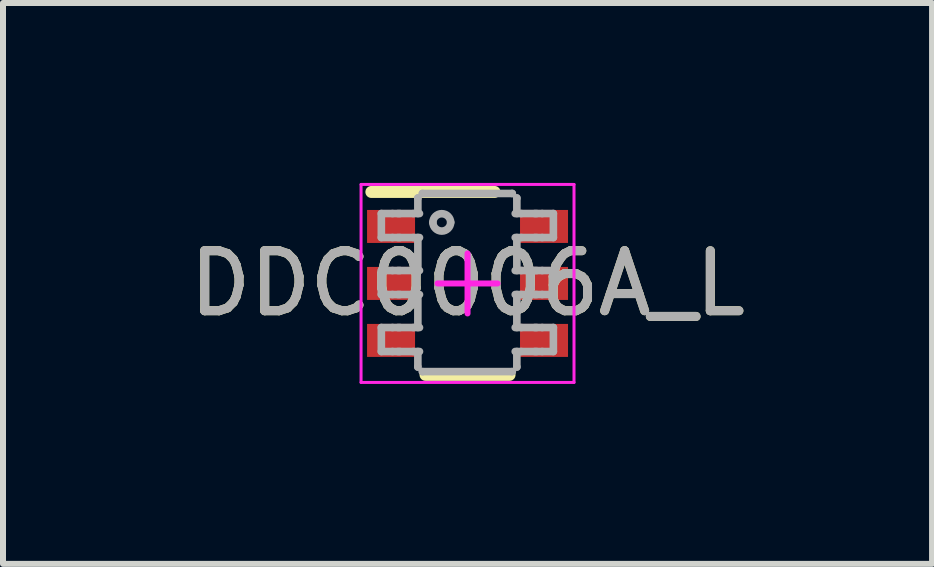
<source format=kicad_pcb>
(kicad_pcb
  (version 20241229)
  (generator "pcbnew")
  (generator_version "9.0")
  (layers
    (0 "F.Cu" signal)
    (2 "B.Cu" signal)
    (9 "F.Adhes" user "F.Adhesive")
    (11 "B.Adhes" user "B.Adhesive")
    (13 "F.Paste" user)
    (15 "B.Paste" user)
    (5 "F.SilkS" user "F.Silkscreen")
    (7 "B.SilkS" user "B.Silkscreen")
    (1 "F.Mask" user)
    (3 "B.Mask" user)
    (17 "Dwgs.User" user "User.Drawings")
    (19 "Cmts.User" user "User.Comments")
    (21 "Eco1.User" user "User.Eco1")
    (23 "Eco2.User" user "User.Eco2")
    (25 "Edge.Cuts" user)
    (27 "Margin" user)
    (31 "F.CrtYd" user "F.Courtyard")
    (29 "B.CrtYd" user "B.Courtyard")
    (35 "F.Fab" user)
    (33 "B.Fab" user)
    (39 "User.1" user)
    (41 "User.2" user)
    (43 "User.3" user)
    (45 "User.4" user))
  (footprint "DDC0006A_L"
    (layer "F.Cu")
    (at 4.744 1.675)
    (property "Reference" "DDC0006A_L" (at 0 0 0) (unlocked yes) (layer "F.SilkS") (effects (font (size 1 1) (thickness 0.15))))
    (attr smd)
    (fp_line (start -1.603 -1.525) (end 0.45 -1.525) (stroke (width 0.2) (type solid)) (layer "F.SilkS"))
    (fp_line (start -0.7 1.524) (end 0.7 1.524) (stroke (width 0.2) (type solid)) (layer "F.SilkS"))
    (fp_line (start -1.775 -1.65) (end 1.775 -1.65) (stroke (width 0.05) (type solid)) (layer "F.CrtYd"))
    (fp_line (start -1.775 1.65) (end -1.775 -1.65) (stroke (width 0.05) (type solid)) (layer "F.CrtYd"))
    (fp_line (start -1.775 1.65) (end 1.775 1.65) (stroke (width 0.05) (type solid)) (layer "F.CrtYd"))
    (fp_line (start -0.5 0) (end 0.5 0) (stroke (width 0.1) (type solid)) (layer "F.CrtYd"))
    (fp_line (start 0 0.5) (end 0 -0.5) (stroke (width 0.1) (type solid)) (layer "F.CrtYd"))
    (fp_line (start 1.775 1.65) (end 1.775 -1.65) (stroke (width 0.05) (type solid)) (layer "F.CrtYd"))
    (fp_line (start -1.437 -1.165) (end -1.251 -1.165) (stroke (width 0.127) (type solid)) (layer "F.Fab"))
    (fp_line (start -1.437 -0.765) (end -1.437 -1.165) (stroke (width 0.127) (type solid)) (layer "F.Fab"))
    (fp_line (start -1.437 -0.765) (end -1.251 -0.765) (stroke (width 0.127) (type solid)) (layer "F.Fab"))
    (fp_line (start -1.437 -0.215) (end -1.251 -0.215) (stroke (width 0.127) (type solid)) (layer "F.Fab"))
    (fp_line (start -1.437 0.185) (end -1.437 -0.215) (stroke (width 0.127) (type solid)) (layer "F.Fab"))
    (fp_line (start -1.437 0.185) (end -1.251 0.185) (stroke (width 0.127) (type solid)) (layer "F.Fab"))
    (fp_line (start -1.437 0.735) (end -1.251 0.735) (stroke (width 0.127) (type solid)) (layer "F.Fab"))
    (fp_line (start -1.437 1.135) (end -1.437 0.735) (stroke (width 0.127) (type solid)) (layer "F.Fab"))
    (fp_line (start -1.437 1.135) (end -1.251 1.135) (stroke (width 0.127) (type solid)) (layer "F.Fab"))
    (fp_line (start -1.251 -1.165) (end -1.159 -1.165) (stroke (width 0.127) (type solid)) (layer "F.Fab"))
    (fp_line (start -1.251 -0.765) (end -1.159 -0.765) (stroke (width 0.127) (type solid)) (layer "F.Fab"))
    (fp_line (start -1.251 -0.215) (end -1.159 -0.215) (stroke (width 0.127) (type solid)) (layer "F.Fab"))
    (fp_line (start -1.251 0.185) (end -1.159 0.185) (stroke (width 0.127) (type solid)) (layer "F.Fab"))
    (fp_line (start -1.251 0.735) (end -1.159 0.735) (stroke (width 0.127) (type solid)) (layer "F.Fab"))
    (fp_line (start -1.251 1.135) (end -1.159 1.135) (stroke (width 0.127) (type solid)) (layer "F.Fab"))
    (fp_line (start -1.159 -1.165) (end -1.128 -1.165) (stroke (width 0.127) (type solid)) (layer "F.Fab"))
    (fp_line (start -1.159 -0.765) (end -1.128 -0.765) (stroke (width 0.127) (type solid)) (layer "F.Fab"))
    (fp_line (start -1.159 -0.215) (end -1.128 -0.215) (stroke (width 0.127) (type solid)) (layer "F.Fab"))
    (fp_line (start -1.159 0.185) (end -1.128 0.185) (stroke (width 0.127) (type solid)) (layer "F.Fab"))
    (fp_line (start -1.159 0.735) (end -1.128 0.735) (stroke (width 0.127) (type solid)) (layer "F.Fab"))
    (fp_line (start -1.159 1.135) (end -1.128 1.135) (stroke (width 0.127) (type solid)) (layer "F.Fab"))
    (fp_line (start -1.128 -1.165) (end -0.903 -1.165) (stroke (width 0.127) (type solid)) (layer "F.Fab"))
    (fp_line (start -1.128 -0.765) (end -0.903 -0.765) (stroke (width 0.127) (type solid)) (layer "F.Fab"))
    (fp_line (start -1.128 -0.215) (end -0.903 -0.215) (stroke (width 0.127) (type solid)) (layer "F.Fab"))
    (fp_line (start -1.128 0.185) (end -0.903 0.185) (stroke (width 0.127) (type solid)) (layer "F.Fab"))
    (fp_line (start -1.128 0.735) (end -0.903 0.735) (stroke (width 0.127) (type solid)) (layer "F.Fab"))
    (fp_line (start -1.128 1.135) (end -0.903 1.135) (stroke (width 0.127) (type solid)) (layer "F.Fab"))
    (fp_line (start -0.903 -1.165) (end -0.801 -1.165) (stroke (width 0.127) (type solid)) (layer "F.Fab"))
    (fp_line (start -0.903 -0.765) (end -0.801 -0.765) (stroke (width 0.127) (type solid)) (layer "F.Fab"))
    (fp_line (start -0.903 -0.215) (end -0.801 -0.215) (stroke (width 0.127) (type solid)) (layer "F.Fab"))
    (fp_line (start -0.903 0.185) (end -0.801 0.185) (stroke (width 0.127) (type solid)) (layer "F.Fab"))
    (fp_line (start -0.903 0.735) (end -0.801 0.735) (stroke (width 0.127) (type solid)) (layer "F.Fab"))
    (fp_line (start -0.903 1.135) (end -0.801 1.135) (stroke (width 0.127) (type solid)) (layer "F.Fab"))
    (fp_line (start -0.828 -1.422) (end -0.828 -1.426) (stroke (width 0.127) (type solid)) (layer "F.Fab"))
    (fp_line (start -0.828 -1.165) (end -0.828 -1.422) (stroke (width 0.127) (type solid)) (layer "F.Fab"))
    (fp_line (start -0.828 -0.215) (end -0.828 -0.765) (stroke (width 0.127) (type solid)) (layer "F.Fab"))
    (fp_line (start -0.828 0.735) (end -0.828 0.185) (stroke (width 0.127) (type solid)) (layer "F.Fab"))
    (fp_line (start -0.828 1.392) (end -0.828 1.135) (stroke (width 0.127) (type solid)) (layer "F.Fab"))
    (fp_line (start -0.828 1.395) (end -0.828 1.392) (stroke (width 0.127) (type solid)) (layer "F.Fab"))
    (fp_line (start -0.754 -1.5) (end -0.75 -1.5) (stroke (width 0.127) (type solid)) (layer "F.Fab"))
    (fp_line (start -0.754 1.47) (end -0.75 1.47) (stroke (width 0.127) (type solid)) (layer "F.Fab"))
    (fp_line (start -0.75 -1.5) (end 0.743 -1.5) (stroke (width 0.127) (type solid)) (layer "F.Fab"))
    (fp_line (start -0.75 1.47) (end 0.743 1.47) (stroke (width 0.127) (type solid)) (layer "F.Fab"))
    (fp_line (start 0.743 -1.5) (end 0.747 -1.5) (stroke (width 0.127) (type solid)) (layer "F.Fab"))
    (fp_line (start 0.743 1.47) (end 0.747 1.47) (stroke (width 0.127) (type solid)) (layer "F.Fab"))
    (fp_line (start 0.795 -1.165) (end 0.896 -1.165) (stroke (width 0.127) (type solid)) (layer "F.Fab"))
    (fp_line (start 0.795 -0.765) (end 0.896 -0.765) (stroke (width 0.127) (type solid)) (layer "F.Fab"))
    (fp_line (start 0.795 -0.215) (end 0.896 -0.215) (stroke (width 0.127) (type solid)) (layer "F.Fab"))
    (fp_line (start 0.795 0.185) (end 0.896 0.185) (stroke (width 0.127) (type solid)) (layer "F.Fab"))
    (fp_line (start 0.795 0.735) (end 0.896 0.735) (stroke (width 0.127) (type solid)) (layer "F.Fab"))
    (fp_line (start 0.795 1.135) (end 0.896 1.135) (stroke (width 0.127) (type solid)) (layer "F.Fab"))
    (fp_line (start 0.822 -1.422) (end 0.822 -1.426) (stroke (width 0.127) (type solid)) (layer "F.Fab"))
    (fp_line (start 0.822 -1.165) (end 0.822 -1.422) (stroke (width 0.127) (type solid)) (layer "F.Fab"))
    (fp_line (start 0.822 -0.215) (end 0.822 -0.765) (stroke (width 0.127) (type solid)) (layer "F.Fab"))
    (fp_line (start 0.822 0.735) (end 0.822 0.185) (stroke (width 0.127) (type solid)) (layer "F.Fab"))
    (fp_line (start 0.822 1.392) (end 0.822 1.135) (stroke (width 0.127) (type solid)) (layer "F.Fab"))
    (fp_line (start 0.822 1.395) (end 0.822 1.392) (stroke (width 0.127) (type solid)) (layer "F.Fab"))
    (fp_line (start 0.896 -1.165) (end 1.122 -1.165) (stroke (width 0.127) (type solid)) (layer "F.Fab"))
    (fp_line (start 0.896 -0.765) (end 1.122 -0.765) (stroke (width 0.127) (type solid)) (layer "F.Fab"))
    (fp_line (start 0.896 -0.215) (end 1.122 -0.215) (stroke (width 0.127) (type solid)) (layer "F.Fab"))
    (fp_line (start 0.896 0.185) (end 1.122 0.185) (stroke (width 0.127) (type solid)) (layer "F.Fab"))
    (fp_line (start 0.896 0.735) (end 1.122 0.735) (stroke (width 0.127) (type solid)) (layer "F.Fab"))
    (fp_line (start 0.896 1.135) (end 1.122 1.135) (stroke (width 0.127) (type solid)) (layer "F.Fab"))
    (fp_line (start 1.122 -1.165) (end 1.152 -1.165) (stroke (width 0.127) (type solid)) (layer "F.Fab"))
    (fp_line (start 1.122 -0.765) (end 1.152 -0.765) (stroke (width 0.127) (type solid)) (layer "F.Fab"))
    (fp_line (start 1.122 -0.215) (end 1.152 -0.215) (stroke (width 0.127) (type solid)) (layer "F.Fab"))
    (fp_line (start 1.122 0.185) (end 1.152 0.185) (stroke (width 0.127) (type solid)) (layer "F.Fab"))
    (fp_line (start 1.122 0.735) (end 1.152 0.735) (stroke (width 0.127) (type solid)) (layer "F.Fab"))
    (fp_line (start 1.122 1.135) (end 1.152 1.135) (stroke (width 0.127) (type solid)) (layer "F.Fab"))
    (fp_line (start 1.152 -1.165) (end 1.245 -1.165) (stroke (width 0.127) (type solid)) (layer "F.Fab"))
    (fp_line (start 1.152 -0.765) (end 1.245 -0.765) (stroke (width 0.127) (type solid)) (layer "F.Fab"))
    (fp_line (start 1.152 -0.215) (end 1.245 -0.215) (stroke (width 0.127) (type solid)) (layer "F.Fab"))
    (fp_line (start 1.152 0.185) (end 1.245 0.185) (stroke (width 0.127) (type solid)) (layer "F.Fab"))
    (fp_line (start 1.152 0.735) (end 1.245 0.735) (stroke (width 0.127) (type solid)) (layer "F.Fab"))
    (fp_line (start 1.152 1.135) (end 1.245 1.135) (stroke (width 0.127) (type solid)) (layer "F.Fab"))
    (fp_line (start 1.245 -1.165) (end 1.431 -1.165) (stroke (width 0.127) (type solid)) (layer "F.Fab"))
    (fp_line (start 1.245 -0.765) (end 1.431 -0.765) (stroke (width 0.127) (type solid)) (layer "F.Fab"))
    (fp_line (start 1.245 -0.215) (end 1.431 -0.215) (stroke (width 0.127) (type solid)) (layer "F.Fab"))
    (fp_line (start 1.245 0.185) (end 1.431 0.185) (stroke (width 0.127) (type solid)) (layer "F.Fab"))
    (fp_line (start 1.245 0.735) (end 1.431 0.735) (stroke (width 0.127) (type solid)) (layer "F.Fab"))
    (fp_line (start 1.245 1.135) (end 1.431 1.135) (stroke (width 0.127) (type solid)) (layer "F.Fab"))
    (fp_line (start 1.431 -0.765) (end 1.431 -1.165) (stroke (width 0.127) (type solid)) (layer "F.Fab"))
    (fp_line (start 1.431 0.185) (end 1.431 -0.215) (stroke (width 0.127) (type solid)) (layer "F.Fab"))
    (fp_line (start 1.431 1.135) (end 1.431 0.735) (stroke (width 0.127) (type solid)) (layer "F.Fab"))
    (fp_arc (start -0.578322 -1.017679) (mid -0.429542 -1.166459) (end -0.280761 -1.017679) (stroke (width 0.127) (type solid)) (layer "F.Fab"))
    (fp_arc (start -0.280761 -1.017679) (mid -0.429542 -0.868898) (end -0.578322 -1.017679) (stroke (width 0.127) (type solid)) (layer "F.Fab"))
    (fp_text user "${REFERENCE}" (at 0 0 0) (unlocked yes) (layer "F.Fab") (effects (font (size 1 1) (thickness 0.15))))
    (pad "1" smd rect (at -1.275 -0.95 90) (size 0.55 0.8) (layers "F.Cu" "F.Mask" "F.Paste"))
    (pad "2" smd rect (at -1.275 0 90) (size 0.55 0.8) (layers "F.Cu" "F.Mask" "F.Paste"))
    (pad "3" smd rect (at -1.275 0.95 90) (size 0.55 0.8) (layers "F.Cu" "F.Mask" "F.Paste"))
    (pad "4" smd rect (at 1.275 0.95 90) (size 0.55 0.8) (layers "F.Cu" "F.Mask" "F.Paste"))
    (pad "5" smd rect (at 1.275 0 90) (size 0.55 0.8) (layers "F.Cu" "F.Mask" "F.Paste"))
    (pad "6" smd rect (at 1.275 -0.95 90) (size 0.55 0.8) (layers "F.Cu" "F.Mask" "F.Paste")))
  (gr_rect
    (start -3 -3)
    (end 12.488 6.35)
    (stroke (width 0.1) (type default))
    (fill no)
    (layer "Edge.Cuts")))
</source>
